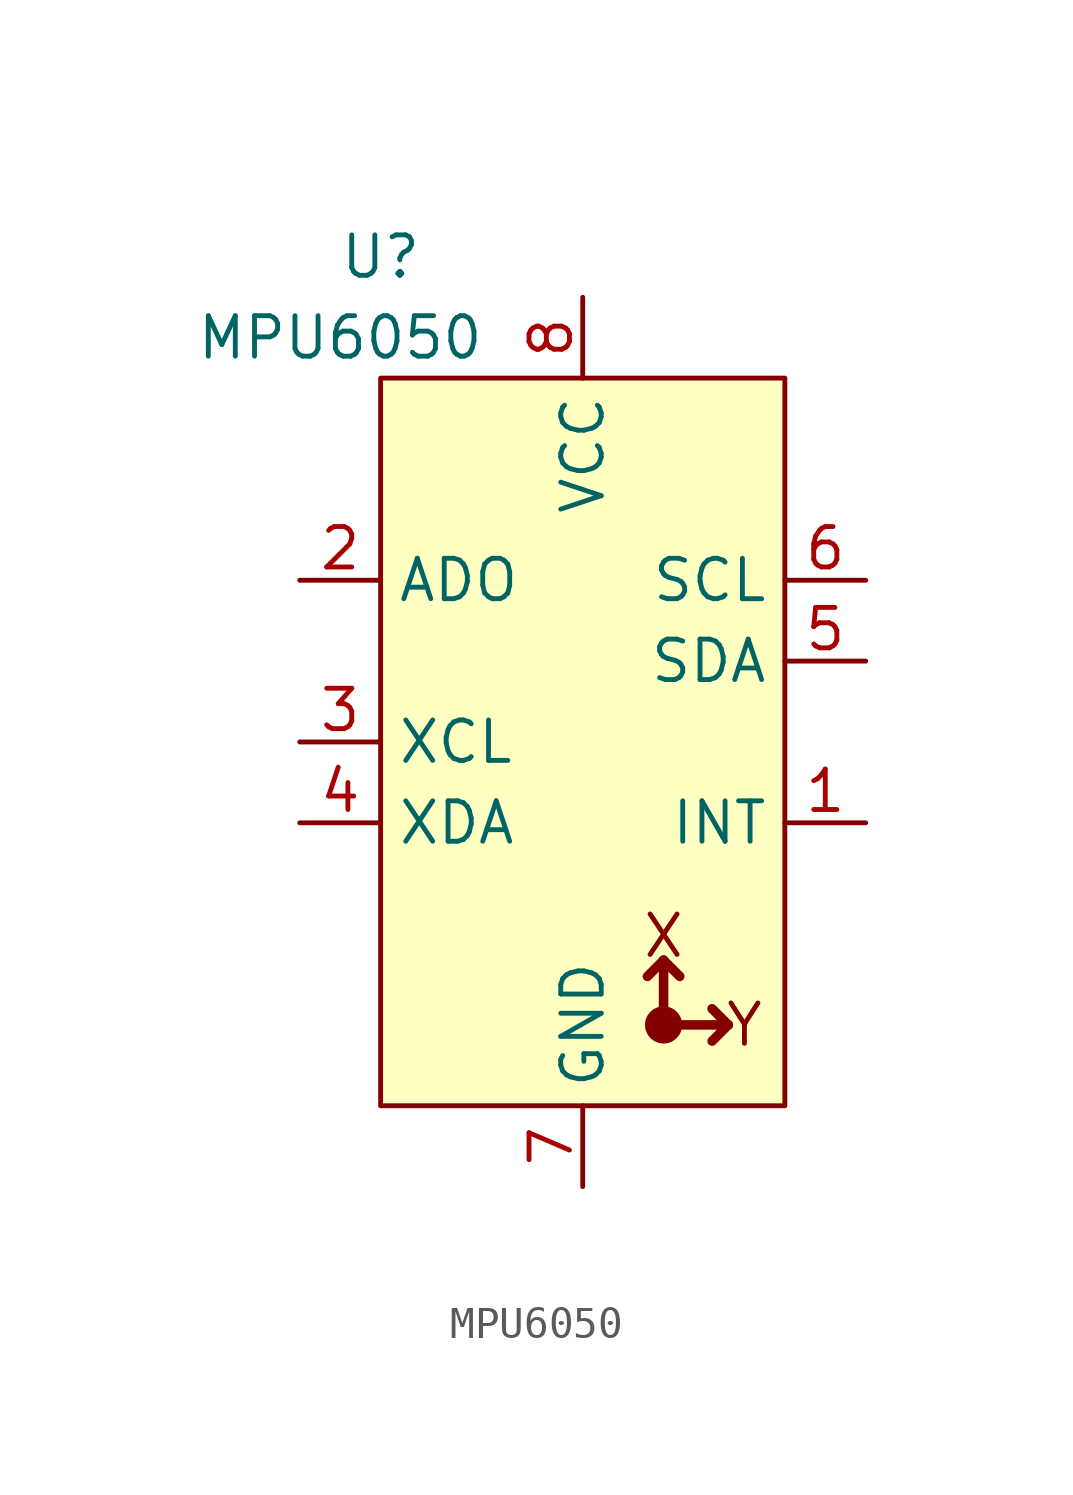
<source format=kicad_sym>
(kicad_symbol_lib
  (version 20220914)
  (generator kicad_symbol_editor)
  (symbol "MPU6050"
    (property "Reference" "U"
      (at -6.35 13.97 0)
      (effects (font (size 1.27 1.27))))
    (property "Value" "MPU6050"
      (at -7.62 11.43 0)
      (effects (font (size 1.27 1.27))))
    (symbol "MPU6050_0_0"
      (circle (center 2.54 -10.16) (radius 0.508) (stroke (width 0) (type default)) (fill (type outline)))
      (text "X" (at 2.54 -7.366 0) (effects (font (size 1.27 1.27))))
      (text "Y" (at 5.08 -10.16 0) (effects (font (size 1.27 1.27)))))
    (symbol "MPU6050_0_1"
      (rectangle (start -6.35 10.16) (end 6.35 -12.7) (stroke (width 0) (type default)) (fill (type background)))
      (polyline (pts (xy 2.54 -8.128) (xy 2.032 -8.636)) (stroke (width 0.3) (type default)) (fill (type none)))
      (polyline (pts (xy 2.54 -8.128) (xy 3.048 -8.636)) (stroke (width 0.3) (type default)) (fill (type none)))
      (polyline (pts (xy 4.572 -10.16) (xy 4.064 -10.668)) (stroke (width 0.3) (type default)) (fill (type none)))
      (polyline (pts (xy 4.572 -10.16) (xy 4.064 -9.652)) (stroke (width 0.3) (type default)) (fill (type none)))
      (polyline (pts (xy 2.54 -8.128) (xy 2.54 -10.16) (xy 4.572 -10.16)) (stroke (width 0.3) (type default)) (fill (type none))))
    (symbol "MPU6050_1_1"
      (pin bidirectional line (at 8.89 -3.81 180) (length 2.54) (name "INT" (effects (font (size 1.27 1.27)))) (number "1" (effects (font (size 1.27 1.27)))))
      (pin bidirectional line (at -8.89 3.81 0) (length 2.54) (name "ADO" (effects (font (size 1.27 1.27)))) (number "2" (effects (font (size 1.27 1.27)))))
      (pin bidirectional line (at -8.89 -1.27 0) (length 2.54) (name "XCL" (effects (font (size 1.27 1.27)))) (number "3" (effects (font (size 1.27 1.27)))))
      (pin bidirectional line (at -8.89 -3.81 0) (length 2.54) (name "XDA" (effects (font (size 1.27 1.27)))) (number "4" (effects (font (size 1.27 1.27)))))
      (pin bidirectional line (at 8.89 1.27 180) (length 2.54) (name "SDA" (effects (font (size 1.27 1.27)))) (number "5" (effects (font (size 1.27 1.27)))))
      (pin bidirectional line (at 8.89 3.81 180) (length 2.54) (name "SCL" (effects (font (size 1.27 1.27)))) (number "6" (effects (font (size 1.27 1.27)))))
      (pin power_in line (at 0 -15.24 90) (length 2.54) (name "GND" (effects (font (size 1.27 1.27)))) (number "7" (effects (font (size 1.27 1.27)))))
      (pin power_in line (at 0 12.7 270) (length 2.54) (name "VCC" (effects (font (size 1.27 1.27)))) (number "8" (effects (font (size 1.27 1.27))))))))
</source>
